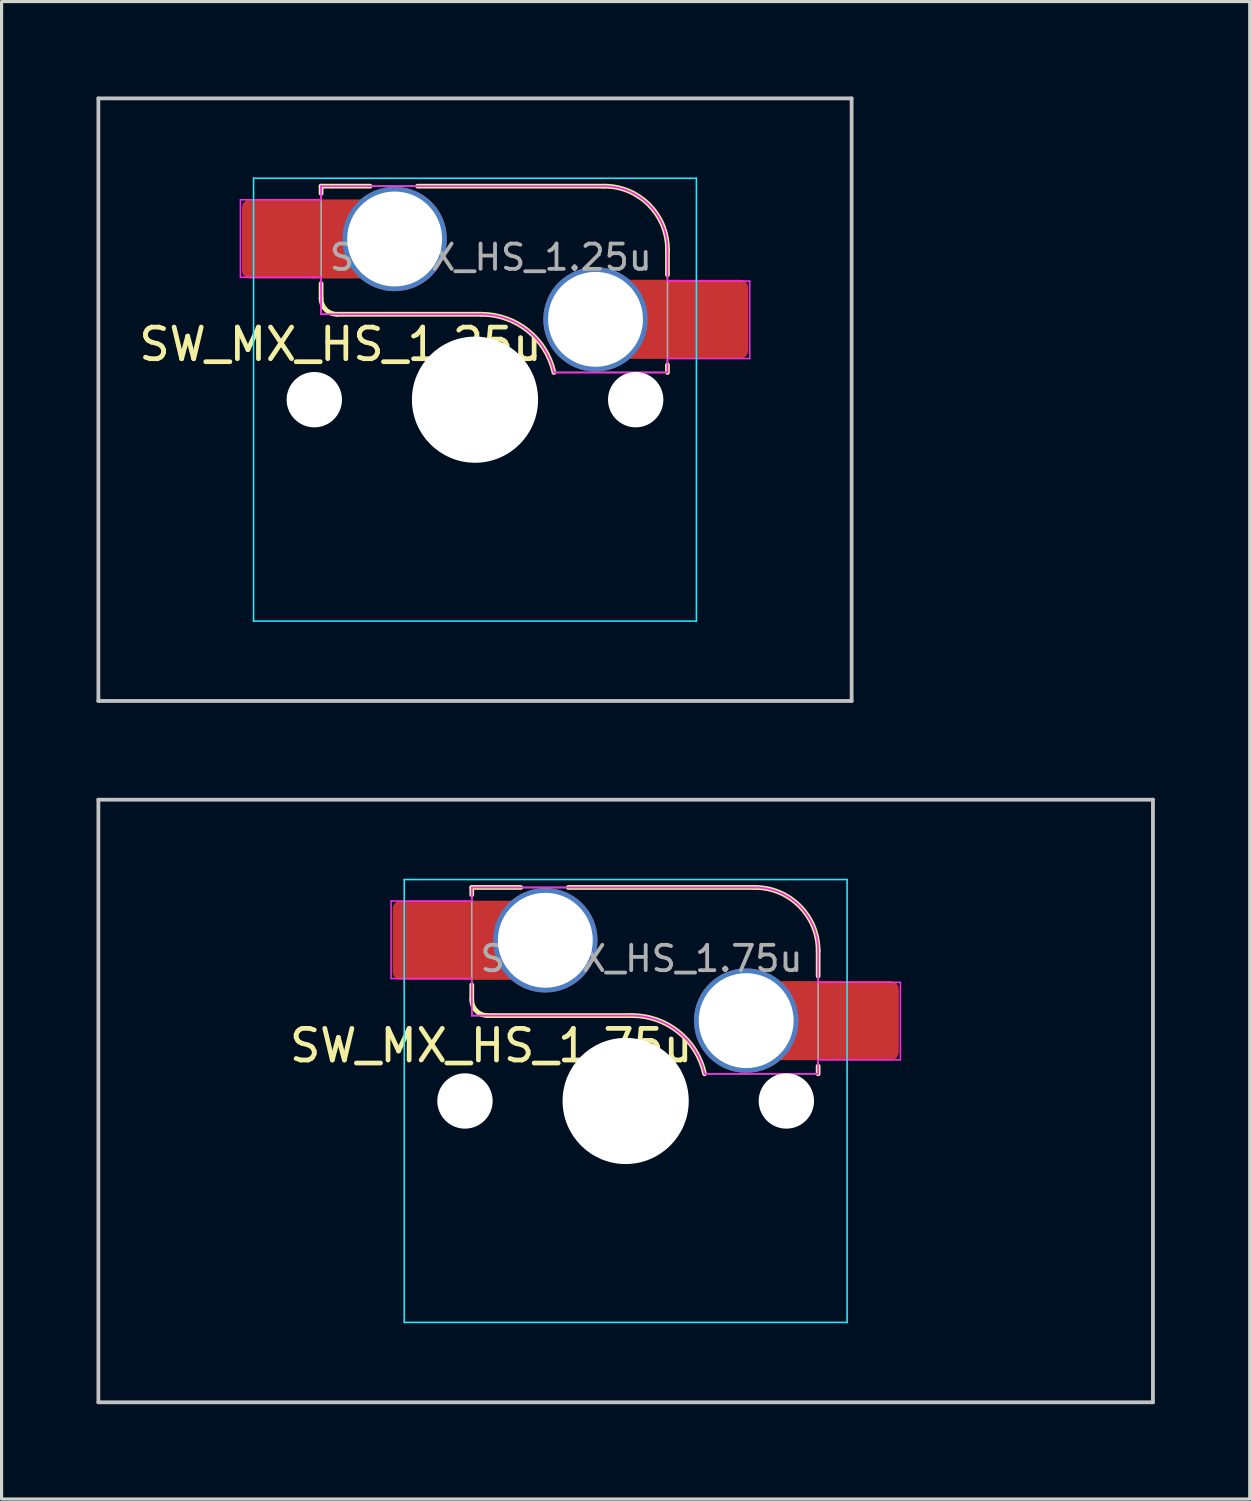
<source format=kicad_pcb>
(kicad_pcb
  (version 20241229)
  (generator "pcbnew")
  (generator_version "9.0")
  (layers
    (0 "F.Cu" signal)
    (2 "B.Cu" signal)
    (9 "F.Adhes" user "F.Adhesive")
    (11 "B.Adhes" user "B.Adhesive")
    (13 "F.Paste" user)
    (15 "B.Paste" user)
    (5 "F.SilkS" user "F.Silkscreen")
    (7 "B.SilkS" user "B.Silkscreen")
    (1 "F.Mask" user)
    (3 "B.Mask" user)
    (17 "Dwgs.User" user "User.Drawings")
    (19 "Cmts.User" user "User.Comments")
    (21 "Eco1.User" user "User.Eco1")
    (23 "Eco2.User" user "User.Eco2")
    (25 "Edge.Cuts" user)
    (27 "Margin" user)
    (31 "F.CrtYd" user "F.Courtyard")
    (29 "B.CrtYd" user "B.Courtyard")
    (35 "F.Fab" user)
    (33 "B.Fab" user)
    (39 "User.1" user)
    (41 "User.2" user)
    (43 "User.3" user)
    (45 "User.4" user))
  (footprint "SW_MX_HS_1.75u"
    (layer "F.Cu")
    (at 16.729 31.755)
    (property "Reference" "SW_MX_HS_1.75u" (at -4.25 -1.75 0) (layer "F.SilkS") (effects (font (size 1 1) (thickness 0.15))))
    (attr smd)
    (fp_line (start -4.865 -6.75) (end -4.865 -6.52) (stroke (width 0.15) (type solid)) (layer "F.SilkS"))
    (fp_line (start -4.865 -3.67) (end -4.865 -3.2) (stroke (width 0.15) (type solid)) (layer "F.SilkS"))
    (fp_line (start -4.365 -2.7) (end 0.2 -2.7) (stroke (width 0.15) (type solid)) (layer "F.SilkS"))
    (fp_line (start -3.315 -6.75) (end -4.865 -6.75) (stroke (width 0.15) (type solid)) (layer "F.SilkS"))
    (fp_line (start 4.085 -6.75) (end -1.815 -6.75) (stroke (width 0.15) (type solid)) (layer "F.SilkS"))
    (fp_line (start 6.085 -3.95) (end 6.085 -4.75) (stroke (width 0.15) (type solid)) (layer "F.SilkS"))
    (fp_line (start 6.085 -1.1) (end 6.085 -0.86) (stroke (width 0.15) (type solid)) (layer "F.SilkS"))
    (fp_arc (start -4.364824 -2.70022) (mid -4.718377 -2.846667) (end -4.864824 -3.20022) (stroke (width 0.15) (type solid)) (layer "F.SilkS"))
    (fp_arc (start 0.2 -2.70022) (mid 1.670693 -2.183637) (end 2.494322 -0.86022) (stroke (width 0.15) (type solid)) (layer "F.SilkS"))
    (fp_arc (start 4.085176 -6.75022) (mid 5.49939 -6.164434) (end 6.085176 -4.75022) (stroke (width 0.15) (type solid)) (layer "F.SilkS"))
    (fp_line (start -16.669 -9.525) (end 16.669 -9.525) (stroke (width 0.12) (type solid)) (layer "Dwgs.User"))
    (fp_line (start -16.669 9.525) (end -16.669 -9.525) (stroke (width 0.12) (type solid)) (layer "Dwgs.User"))
    (fp_line (start 16.669 -9.525) (end 16.669 9.525) (stroke (width 0.12) (type solid)) (layer "Dwgs.User"))
    (fp_line (start 16.669 9.525) (end -16.669 9.525) (stroke (width 0.12) (type solid)) (layer "Dwgs.User"))
    (fp_line (start -7 -6.5) (end -7 6.5) (stroke (width 0.05) (type solid)) (layer "Eco2.User"))
    (fp_line (start -6.5 7) (end 6.5 7) (stroke (width 0.05) (type solid)) (layer "Eco2.User"))
    (fp_line (start 6.5 -7) (end -6.5 -7) (stroke (width 0.05) (type solid)) (layer "Eco2.User"))
    (fp_line (start 7 6.5) (end 7 -6.5) (stroke (width 0.05) (type solid)) (layer "Eco2.User"))
    (fp_arc (start -7 -6.5) (mid -6.853553 -6.853553) (end -6.5 -7) (stroke (width 0.05) (type solid)) (layer "Eco2.User"))
    (fp_arc (start -6.497236 6.998884) (mid -6.850789 6.852437) (end -6.997236 6.498884) (stroke (width 0.05) (type solid)) (layer "Eco2.User"))
    (fp_arc (start 6.5 -7) (mid 6.853553 -6.853553) (end 7 -6.5) (stroke (width 0.05) (type solid)) (layer "Eco2.User"))
    (fp_arc (start 7 6.5) (mid 6.853553 6.853553) (end 6.5 7) (stroke (width 0.05) (type solid)) (layer "Eco2.User"))
    (fp_line (start -7 -7) (end 7 -7) (stroke (width 0.05) (type solid)) (layer "B.CrtYd"))
    (fp_line (start -7 7) (end -7 -7) (stroke (width 0.05) (type solid)) (layer "B.CrtYd"))
    (fp_line (start 7 -7) (end 7 7) (stroke (width 0.05) (type solid)) (layer "B.CrtYd"))
    (fp_line (start 7 7) (end -7 7) (stroke (width 0.05) (type solid)) (layer "B.CrtYd"))
    (fp_line (start -7.415 -6.32) (end -4.865 -6.32) (stroke (width 0.05) (type solid)) (layer "F.CrtYd"))
    (fp_line (start -7.415 -3.87) (end -7.415 -6.32) (stroke (width 0.05) (type solid)) (layer "F.CrtYd"))
    (fp_line (start -4.865 -6.75) (end -4.865 -6.32) (stroke (width 0.05) (type solid)) (layer "F.CrtYd"))
    (fp_line (start -4.865 -3.87) (end -7.415 -3.87) (stroke (width 0.05) (type solid)) (layer "F.CrtYd"))
    (fp_line (start -4.865 -3.87) (end -4.865 -2.7) (stroke (width 0.05) (type solid)) (layer "F.CrtYd"))
    (fp_line (start -4.865 -2.7) (end 0.2 -2.7) (stroke (width 0.05) (type solid)) (layer "F.CrtYd"))
    (fp_line (start 4.085 -6.75) (end -4.865 -6.75) (stroke (width 0.05) (type solid)) (layer "F.CrtYd"))
    (fp_line (start 6.085 -3.75) (end 6.085 -4.75) (stroke (width 0.05) (type solid)) (layer "F.CrtYd"))
    (fp_line (start 6.085 -3.75) (end 8.685 -3.75) (stroke (width 0.05) (type solid)) (layer "F.CrtYd"))
    (fp_line (start 6.085 -1.3) (end 6.085 -0.86) (stroke (width 0.05) (type solid)) (layer "F.CrtYd"))
    (fp_line (start 6.085 -0.86) (end 2.494 -0.86) (stroke (width 0.05) (type solid)) (layer "F.CrtYd"))
    (fp_line (start 8.685 -3.75) (end 8.685 -1.3) (stroke (width 0.05) (type solid)) (layer "F.CrtYd"))
    (fp_line (start 8.685 -1.3) (end 6.085 -1.3) (stroke (width 0.05) (type solid)) (layer "F.CrtYd"))
    (fp_arc (start 0.2 -2.70022) (mid 1.670503 -2.183399) (end 2.494322 -0.86022) (stroke (width 0.05) (type solid)) (layer "F.CrtYd"))
    (fp_arc (start 4.085176 -6.75022) (mid 5.49939 -6.164434) (end 6.085176 -4.75022) (stroke (width 0.05) (type solid)) (layer "F.CrtYd"))
    (fp_line (start -4.865 -6.75) (end -4.865 -2.7) (stroke (width 0.05) (type solid)) (layer "F.Fab"))
    (fp_line (start -4.865 -2.7) (end 0.2 -2.7) (stroke (width 0.05) (type solid)) (layer "F.Fab"))
    (fp_line (start 4.085 -6.75) (end -4.865 -6.75) (stroke (width 0.05) (type solid)) (layer "F.Fab"))
    (fp_line (start 6.085 -0.86) (end 2.494 -0.86) (stroke (width 0.05) (type solid)) (layer "F.Fab"))
    (fp_line (start 6.085 -0.86) (end 6.085 -4.75) (stroke (width 0.05) (type solid)) (layer "F.Fab"))
    (fp_arc (start 0.2 -2.70022) (mid 1.670503 -2.183399) (end 2.494322 -0.86022) (stroke (width 0.05) (type solid)) (layer "F.Fab"))
    (fp_arc (start 4.085176 -6.75022) (mid 5.49939 -6.164434) (end 6.085176 -4.75022) (stroke (width 0.05) (type solid)) (layer "F.Fab"))
    (fp_text user "${REFERENCE}" (at 0.5 -4.5 0) (layer "F.Fab") (effects (font (size 0.8 0.8) (thickness 0.12))))
    (pad "" np_thru_hole circle (at -5.08 0) (size 1.75 1.75) (drill 1.75) (layers "*.Cu" "*.Mask"))
    (pad "" np_thru_hole circle (at 0 0) (size 3.988 3.988) (drill 3.988) (layers "*.Cu" "*.Mask"))
    (pad "" np_thru_hole circle (at 5.08 0) (size 1.75 1.75) (drill 1.75) (layers "*.Cu" "*.Mask"))
    (pad "1" thru_hole circle (at 3.81 -2.54) (size 3.3 3.3) (drill 3) (layers "*.Cu" "*.Mask"))
    (pad "1" smd rect (at 5.635 -2.54 180) (size 1.65 2.5) (layers "F.Cu"))
    (pad "1" smd roundrect (at 7.36 -2.54) (size 2.55 2.5) (layers "F.Cu" "F.Mask" "F.Paste") (roundrect_rratio 0.1))
    (pad "2" smd roundrect (at -6.09 -5.08) (size 2.55 2.5) (layers "F.Cu" "F.Mask" "F.Paste") (roundrect_rratio 0.1))
    (pad "2" smd rect (at -4.34 -5.08) (size 1.65 2.5) (layers "F.Cu"))
    (pad "2" thru_hole circle (at -2.54 -5.08) (size 3.3 3.3) (drill 3) (layers "*.Cu" "*.Mask")))
  (footprint "SW_MX_HS_1.25u"
    (layer "F.Cu")
    (at 11.966 9.585)
    (property "Reference" "SW_MX_HS_1.25u" (at -4.25 -1.75 0) (layer "F.SilkS") (effects (font (size 1 1) (thickness 0.15))))
    (attr smd)
    (fp_line (start -4.865 -6.75) (end -4.865 -6.52) (stroke (width 0.15) (type solid)) (layer "F.SilkS"))
    (fp_line (start -4.865 -3.67) (end -4.865 -3.2) (stroke (width 0.15) (type solid)) (layer "F.SilkS"))
    (fp_line (start -4.365 -2.7) (end 0.2 -2.7) (stroke (width 0.15) (type solid)) (layer "F.SilkS"))
    (fp_line (start -3.315 -6.75) (end -4.865 -6.75) (stroke (width 0.15) (type solid)) (layer "F.SilkS"))
    (fp_line (start 4.085 -6.75) (end -1.815 -6.75) (stroke (width 0.15) (type solid)) (layer "F.SilkS"))
    (fp_line (start 6.085 -3.95) (end 6.085 -4.75) (stroke (width 0.15) (type solid)) (layer "F.SilkS"))
    (fp_line (start 6.085 -1.1) (end 6.085 -0.86) (stroke (width 0.15) (type solid)) (layer "F.SilkS"))
    (fp_arc (start -4.364824 -2.70022) (mid -4.718377 -2.846667) (end -4.864824 -3.20022) (stroke (width 0.15) (type solid)) (layer "F.SilkS"))
    (fp_arc (start 0.2 -2.70022) (mid 1.670693 -2.183637) (end 2.494322 -0.86022) (stroke (width 0.15) (type solid)) (layer "F.SilkS"))
    (fp_arc (start 4.085176 -6.75022) (mid 5.49939 -6.164434) (end 6.085176 -4.75022) (stroke (width 0.15) (type solid)) (layer "F.SilkS"))
    (fp_line (start -11.906 -9.525) (end 11.906 -9.525) (stroke (width 0.12) (type solid)) (layer "Dwgs.User"))
    (fp_line (start -11.906 9.525) (end -11.906 -9.525) (stroke (width 0.12) (type solid)) (layer "Dwgs.User"))
    (fp_line (start 11.906 -9.525) (end 11.906 9.525) (stroke (width 0.12) (type solid)) (layer "Dwgs.User"))
    (fp_line (start 11.906 9.525) (end -11.906 9.525) (stroke (width 0.12) (type solid)) (layer "Dwgs.User"))
    (fp_line (start -7 -6.5) (end -7 6.5) (stroke (width 0.05) (type solid)) (layer "Eco2.User"))
    (fp_line (start -6.5 7) (end 6.5 7) (stroke (width 0.05) (type solid)) (layer "Eco2.User"))
    (fp_line (start 6.5 -7) (end -6.5 -7) (stroke (width 0.05) (type solid)) (layer "Eco2.User"))
    (fp_line (start 7 6.5) (end 7 -6.5) (stroke (width 0.05) (type solid)) (layer "Eco2.User"))
    (fp_arc (start -7 -6.5) (mid -6.853553 -6.853553) (end -6.5 -7) (stroke (width 0.05) (type solid)) (layer "Eco2.User"))
    (fp_arc (start -6.497236 6.998884) (mid -6.850789 6.852437) (end -6.997236 6.498884) (stroke (width 0.05) (type solid)) (layer "Eco2.User"))
    (fp_arc (start 6.5 -7) (mid 6.853553 -6.853553) (end 7 -6.5) (stroke (width 0.05) (type solid)) (layer "Eco2.User"))
    (fp_arc (start 7 6.5) (mid 6.853553 6.853553) (end 6.5 7) (stroke (width 0.05) (type solid)) (layer "Eco2.User"))
    (fp_line (start -7 -7) (end 7 -7) (stroke (width 0.05) (type solid)) (layer "B.CrtYd"))
    (fp_line (start -7 7) (end -7 -7) (stroke (width 0.05) (type solid)) (layer "B.CrtYd"))
    (fp_line (start 7 -7) (end 7 7) (stroke (width 0.05) (type solid)) (layer "B.CrtYd"))
    (fp_line (start 7 7) (end -7 7) (stroke (width 0.05) (type solid)) (layer "B.CrtYd"))
    (fp_line (start -7.415 -6.32) (end -4.865 -6.32) (stroke (width 0.05) (type solid)) (layer "F.CrtYd"))
    (fp_line (start -7.415 -3.87) (end -7.415 -6.32) (stroke (width 0.05) (type solid)) (layer "F.CrtYd"))
    (fp_line (start -4.865 -6.75) (end -4.865 -6.32) (stroke (width 0.05) (type solid)) (layer "F.CrtYd"))
    (fp_line (start -4.865 -3.87) (end -7.415 -3.87) (stroke (width 0.05) (type solid)) (layer "F.CrtYd"))
    (fp_line (start -4.865 -3.87) (end -4.865 -2.7) (stroke (width 0.05) (type solid)) (layer "F.CrtYd"))
    (fp_line (start -4.865 -2.7) (end 0.2 -2.7) (stroke (width 0.05) (type solid)) (layer "F.CrtYd"))
    (fp_line (start 4.085 -6.75) (end -4.865 -6.75) (stroke (width 0.05) (type solid)) (layer "F.CrtYd"))
    (fp_line (start 6.085 -3.75) (end 6.085 -4.75) (stroke (width 0.05) (type solid)) (layer "F.CrtYd"))
    (fp_line (start 6.085 -3.75) (end 8.685 -3.75) (stroke (width 0.05) (type solid)) (layer "F.CrtYd"))
    (fp_line (start 6.085 -1.3) (end 6.085 -0.86) (stroke (width 0.05) (type solid)) (layer "F.CrtYd"))
    (fp_line (start 6.085 -0.86) (end 2.494 -0.86) (stroke (width 0.05) (type solid)) (layer "F.CrtYd"))
    (fp_line (start 8.685 -3.75) (end 8.685 -1.3) (stroke (width 0.05) (type solid)) (layer "F.CrtYd"))
    (fp_line (start 8.685 -1.3) (end 6.085 -1.3) (stroke (width 0.05) (type solid)) (layer "F.CrtYd"))
    (fp_arc (start 0.2 -2.70022) (mid 1.670503 -2.183399) (end 2.494322 -0.86022) (stroke (width 0.05) (type solid)) (layer "F.CrtYd"))
    (fp_arc (start 4.085176 -6.75022) (mid 5.49939 -6.164434) (end 6.085176 -4.75022) (stroke (width 0.05) (type solid)) (layer "F.CrtYd"))
    (fp_line (start -4.865 -6.75) (end -4.865 -2.7) (stroke (width 0.05) (type solid)) (layer "F.Fab"))
    (fp_line (start -4.865 -2.7) (end 0.2 -2.7) (stroke (width 0.05) (type solid)) (layer "F.Fab"))
    (fp_line (start 4.085 -6.75) (end -4.865 -6.75) (stroke (width 0.05) (type solid)) (layer "F.Fab"))
    (fp_line (start 6.085 -0.86) (end 2.494 -0.86) (stroke (width 0.05) (type solid)) (layer "F.Fab"))
    (fp_line (start 6.085 -0.86) (end 6.085 -4.75) (stroke (width 0.05) (type solid)) (layer "F.Fab"))
    (fp_arc (start 0.2 -2.70022) (mid 1.670503 -2.183399) (end 2.494322 -0.86022) (stroke (width 0.05) (type solid)) (layer "F.Fab"))
    (fp_arc (start 4.085176 -6.75022) (mid 5.49939 -6.164434) (end 6.085176 -4.75022) (stroke (width 0.05) (type solid)) (layer "F.Fab"))
    (fp_text user "${REFERENCE}" (at 0.5 -4.5 0) (layer "F.Fab") (effects (font (size 0.8 0.8) (thickness 0.12))))
    (pad "" np_thru_hole circle (at -5.08 0) (size 1.75 1.75) (drill 1.75) (layers "*.Cu" "*.Mask"))
    (pad "" np_thru_hole circle (at 0 0) (size 3.988 3.988) (drill 3.988) (layers "*.Cu" "*.Mask"))
    (pad "" np_thru_hole circle (at 5.08 0) (size 1.75 1.75) (drill 1.75) (layers "*.Cu" "*.Mask"))
    (pad "1" thru_hole circle (at 3.81 -2.54) (size 3.3 3.3) (drill 3) (layers "*.Cu" "*.Mask"))
    (pad "1" smd rect (at 5.635 -2.54 180) (size 1.65 2.5) (layers "F.Cu"))
    (pad "1" smd roundrect (at 7.36 -2.54) (size 2.55 2.5) (layers "F.Cu" "F.Mask" "F.Paste") (roundrect_rratio 0.1))
    (pad "2" smd roundrect (at -6.09 -5.08) (size 2.55 2.5) (layers "F.Cu" "F.Mask" "F.Paste") (roundrect_rratio 0.1))
    (pad "2" smd rect (at -4.34 -5.08) (size 1.65 2.5) (layers "F.Cu"))
    (pad "2" thru_hole circle (at -2.54 -5.08) (size 3.3 3.3) (drill 3) (layers "*.Cu" "*.Mask")))
  (gr_rect
    (start -3 -3)
    (end 36.458 44.34)
    (stroke (width 0.1) (type default))
    (fill no)
    (layer "Edge.Cuts")))
</source>
